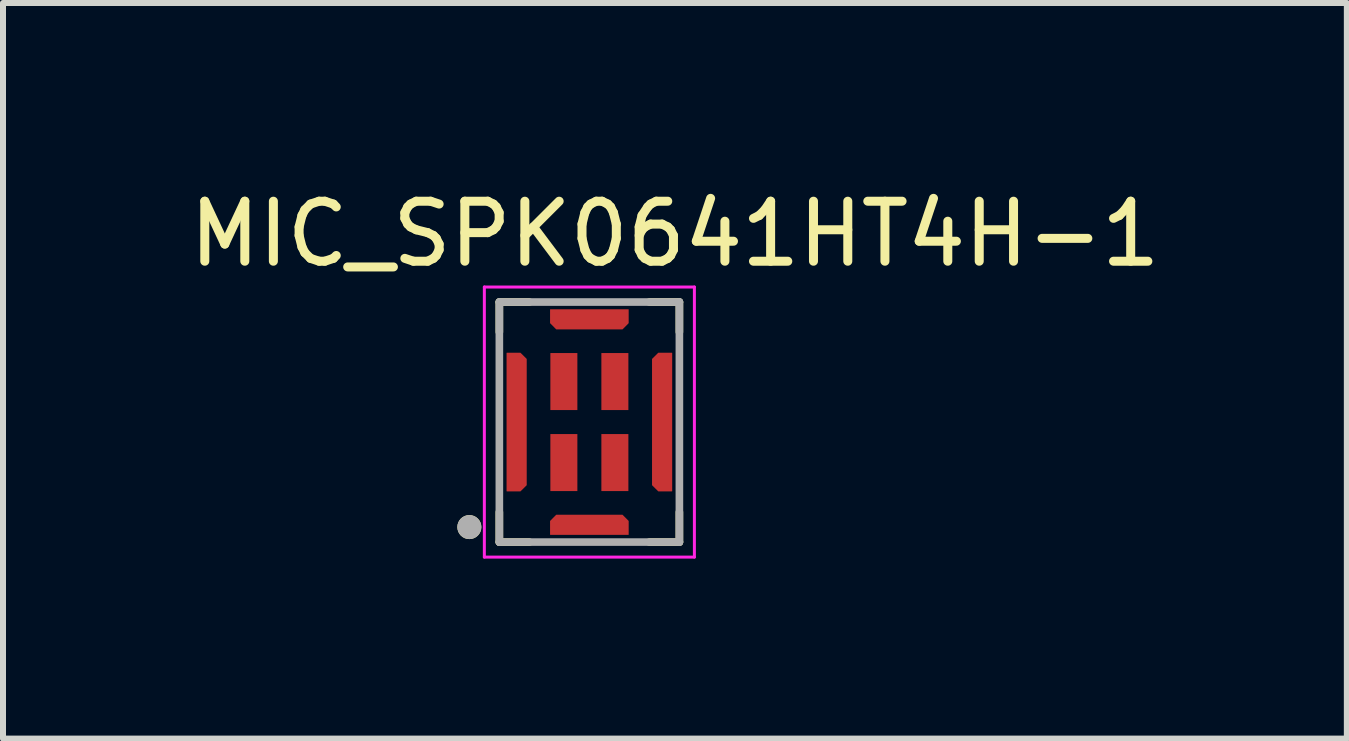
<source format=kicad_pcb>
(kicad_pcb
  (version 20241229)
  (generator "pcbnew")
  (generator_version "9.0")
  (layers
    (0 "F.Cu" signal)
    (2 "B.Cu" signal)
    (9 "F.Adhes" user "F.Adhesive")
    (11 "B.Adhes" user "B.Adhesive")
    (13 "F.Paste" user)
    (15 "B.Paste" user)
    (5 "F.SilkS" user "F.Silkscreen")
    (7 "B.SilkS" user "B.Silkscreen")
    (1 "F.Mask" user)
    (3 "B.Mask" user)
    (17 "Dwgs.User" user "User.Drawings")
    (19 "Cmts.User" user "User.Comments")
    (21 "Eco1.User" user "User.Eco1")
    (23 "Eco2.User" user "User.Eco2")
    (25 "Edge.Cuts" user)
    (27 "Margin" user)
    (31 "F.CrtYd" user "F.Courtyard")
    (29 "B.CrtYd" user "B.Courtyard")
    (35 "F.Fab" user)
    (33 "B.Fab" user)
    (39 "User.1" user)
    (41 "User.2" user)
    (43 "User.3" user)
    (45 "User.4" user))
  (footprint "MIC_SPK0641HT4H-1"
    (layer "F.Cu")
    (at 6.771 3.983)
    (property "Reference" "MIC_SPK0641HT4H-1" (at 1.425 -3.135 0) (layer "F.SilkS") (effects (font (size 1 1) (thickness 0.15))))
    (attr smd)
    (fp_poly (pts (xy -1.475 -1.25) (xy -1.475 1.25) (xy -1.1 1.25) (xy -0.95 1.1) (xy -0.95 -1.1) (xy -1.1 -1.25)) (stroke (width 0.01) (type solid)) (fill yes) (layer "F.Mask"))
    (fp_poly (pts (xy -0.75 -1.975) (xy 0.75 -1.975) (xy 0.75 -1.6) (xy 0.6 -1.45) (xy -0.6 -1.45) (xy -0.75 -1.6)) (stroke (width 0.01) (type solid)) (fill yes) (layer "F.Mask"))
    (fp_poly (pts (xy 0.75 1.975) (xy -0.75 1.975) (xy -0.75 1.6) (xy -0.6 1.45) (xy 0.6 1.45) (xy 0.75 1.6)) (stroke (width 0.01) (type solid)) (fill yes) (layer "F.Mask"))
    (fp_poly (pts (xy 1.475 -1.25) (xy 1.475 1.25) (xy 1.1 1.25) (xy 0.95 1.1) (xy 0.95 -1.1) (xy 1.1 -1.25)) (stroke (width 0.01) (type solid)) (fill yes) (layer "F.Mask"))
    (fp_line (start -1.5 -2) (end -1.5 -1.5) (stroke (width 0.127) (type solid)) (layer "F.SilkS"))
    (fp_line (start -1.5 -2) (end -1 -2) (stroke (width 0.127) (type solid)) (layer "F.SilkS"))
    (fp_line (start -1.5 1.5) (end -1.5 2) (stroke (width 0.127) (type solid)) (layer "F.SilkS"))
    (fp_line (start -1.5 2) (end -1 2) (stroke (width 0.127) (type solid)) (layer "F.SilkS"))
    (fp_line (start 1 -2) (end 1.5 -2) (stroke (width 0.127) (type solid)) (layer "F.SilkS"))
    (fp_line (start 1 2) (end 1.5 2) (stroke (width 0.127) (type solid)) (layer "F.SilkS"))
    (fp_line (start 1.5 -2) (end 1.5 -1.5) (stroke (width 0.127) (type solid)) (layer "F.SilkS"))
    (fp_line (start 1.5 2) (end 1.5 1.5) (stroke (width 0.127) (type solid)) (layer "F.SilkS"))
    (fp_circle (center -2 1.75) (end -1.9 1.75) (stroke (width 0.2) (type solid)) (fill no) (layer "F.SilkS"))
    (fp_poly (pts (xy -1.375 -1.15) (xy -1.375 1.15) (xy -1.15 1.15) (xy -1.05 1.05) (xy -1.05 -1.05) (xy -1.15 -1.15)) (stroke (width 0.01) (type solid)) (fill yes) (layer "F.Paste"))
    (fp_poly (pts (xy -0.65 -1.875) (xy 0.65 -1.875) (xy 0.65 -1.65) (xy 0.55 -1.55) (xy -0.55 -1.55) (xy -0.65 -1.65)) (stroke (width 0.01) (type solid)) (fill yes) (layer "F.Paste"))
    (fp_poly (pts (xy 0.65 1.875) (xy -0.65 1.875) (xy -0.65 1.65) (xy -0.55 1.55) (xy 0.55 1.55) (xy 0.65 1.65)) (stroke (width 0.01) (type solid)) (fill yes) (layer "F.Paste"))
    (fp_poly (pts (xy 1.375 -1.15) (xy 1.375 1.15) (xy 1.15 1.15) (xy 1.05 1.05) (xy 1.05 -1.05) (xy 1.15 -1.15)) (stroke (width 0.01) (type solid)) (fill yes) (layer "F.Paste"))
    (fp_line (start -1.75 -2.25) (end 1.75 -2.25) (stroke (width 0.05) (type solid)) (layer "F.CrtYd"))
    (fp_line (start -1.75 2.25) (end -1.75 -2.25) (stroke (width 0.05) (type solid)) (layer "F.CrtYd"))
    (fp_line (start 1.75 -2.25) (end 1.75 2.25) (stroke (width 0.05) (type solid)) (layer "F.CrtYd"))
    (fp_line (start 1.75 2.25) (end -1.75 2.25) (stroke (width 0.05) (type solid)) (layer "F.CrtYd"))
    (fp_line (start -1.5 -2) (end 1.5 -2) (stroke (width 0.127) (type solid)) (layer "F.Fab"))
    (fp_line (start -1.5 2) (end -1.5 -2) (stroke (width 0.127) (type solid)) (layer "F.Fab"))
    (fp_line (start 1.5 -2) (end 1.5 2) (stroke (width 0.127) (type solid)) (layer "F.Fab"))
    (fp_line (start 1.5 2) (end -1.5 2) (stroke (width 0.127) (type solid)) (layer "F.Fab"))
    (fp_circle (center -2 1.75) (end -1.9 1.75) (stroke (width 0.2) (type solid)) (fill no) (layer "F.Fab"))
    (pad "1" smd rect (at -0.425 0.675) (size 0.45 0.95) (layers "F.Cu" "F.Mask" "F.Paste"))
    (pad "2" smd rect (at -0.425 -0.675) (size 0.45 0.95) (layers "F.Cu" "F.Mask" "F.Paste"))
    (pad "3" smd rect (at 0.425 -0.675) (size 0.45 0.95) (layers "F.Cu" "F.Mask" "F.Paste"))
    (pad "4" smd rect (at 0.425 0.675) (size 0.45 0.95) (layers "F.Cu" "F.Mask" "F.Paste"))
    (pad "5" smd custom (at 0 1.712) (size 1 0.3) (layers "F.Cu") (options (anchor rect)) (primitives (gr_poly (pts (xy 0.65 0.163) (xy -0.65 0.163) (xy -0.65 -0.062) (xy -0.55 -0.163) (xy 0.55 -0.163) (xy 0.65 -0.062)) (width 0.01) (fill yes))))
    (pad "6" smd custom (at -1.212 0) (size 0.3 1) (layers "F.Cu") (options (anchor rect)) (primitives (gr_poly (pts (xy -0.163 -1.15) (xy -0.163 1.15) (xy 0.062 1.15) (xy 0.163 1.05) (xy 0.163 -1.05) (xy 0.062 -1.15)) (width 0.01) (fill yes))))
    (pad "7" smd custom (at 0 -1.712) (size 1 0.3) (layers "F.Cu") (options (anchor rect)) (primitives (gr_poly (pts (xy -0.65 -0.163) (xy 0.65 -0.163) (xy 0.65 0.062) (xy 0.55 0.163) (xy -0.55 0.163) (xy -0.65 0.062)) (width 0.01) (fill yes))))
    (pad "8" smd custom (at 1.212 0) (size 0.3 1) (layers "F.Cu") (options (anchor rect)) (primitives (gr_poly (pts (xy 0.163 -1.15) (xy 0.163 1.15) (xy -0.062 1.15) (xy -0.163 1.05) (xy -0.163 -1.05) (xy -0.062 -1.15)) (width 0.01) (fill yes)))))
  (gr_rect
    (start -3 -3)
    (end 19.393 9.258)
    (stroke (width 0.1) (type default))
    (fill no)
    (layer "Edge.Cuts")))
</source>
